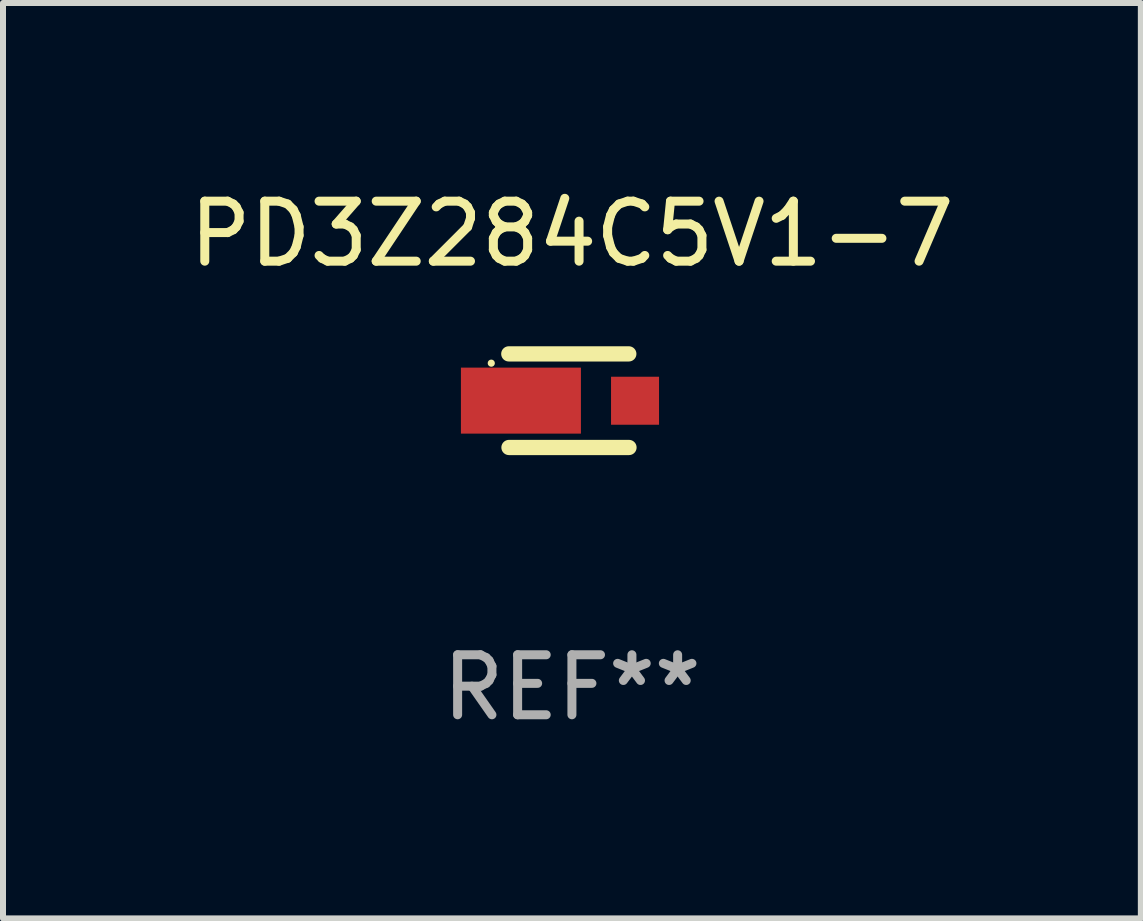
<source format=kicad_pcb>
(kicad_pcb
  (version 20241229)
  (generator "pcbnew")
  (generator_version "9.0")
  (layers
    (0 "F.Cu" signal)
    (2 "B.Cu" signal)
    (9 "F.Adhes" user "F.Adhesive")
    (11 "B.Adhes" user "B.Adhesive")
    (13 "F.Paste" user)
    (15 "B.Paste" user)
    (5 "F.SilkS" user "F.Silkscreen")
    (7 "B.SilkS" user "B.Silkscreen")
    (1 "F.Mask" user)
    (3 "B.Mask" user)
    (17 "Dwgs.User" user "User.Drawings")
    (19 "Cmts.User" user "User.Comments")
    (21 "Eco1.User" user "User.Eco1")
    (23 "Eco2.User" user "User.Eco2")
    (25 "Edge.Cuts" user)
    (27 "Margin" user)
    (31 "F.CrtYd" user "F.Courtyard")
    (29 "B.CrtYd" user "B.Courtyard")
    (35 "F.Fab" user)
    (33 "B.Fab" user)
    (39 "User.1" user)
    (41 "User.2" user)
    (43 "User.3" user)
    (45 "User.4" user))
  (footprint "PD3Z284C5V1-7"
    (layer "F.Cu")
    (at 6.482 3.628)
    (property "Reference" "PD3Z284C5V1-7" (at 0 -2.78 0) (layer "F.SilkS") (effects (font (size 1 1) (thickness 0.15))))
    (attr through_hole)
    (fp_line (start -1.049 0.78) (end 0.951 0.78) (stroke (width 0.254) (type solid)) (layer "F.SilkS"))
    (fp_line (start 0.948 -0.78) (end -1.052 -0.78) (stroke (width 0.254) (type solid)) (layer "F.SilkS"))
    (fp_circle (center -1.344 -0.625) (end -1.314 -0.625) (stroke (width 0.06) (type solid)) (fill no) (layer "F.SilkS"))
    (fp_text user "REF**" (at 0 4.78 0) (layer "F.Fab") (effects (font (size 1 1) (thickness 0.15))))
    (pad "1" smd rect (at -0.85 -0.001) (size 2 1.1) (layers "F.Cu" "F.Mask" "F.Paste"))
    (pad "2" smd rect (at 1.052 0.001) (size 0.8 0.8) (layers "F.Cu" "F.Mask" "F.Paste")))
  (gr_rect
    (start -3 -3)
    (end 15.964 12.257)
    (stroke (width 0.1) (type default))
    (fill no)
    (layer "Edge.Cuts")))
</source>
